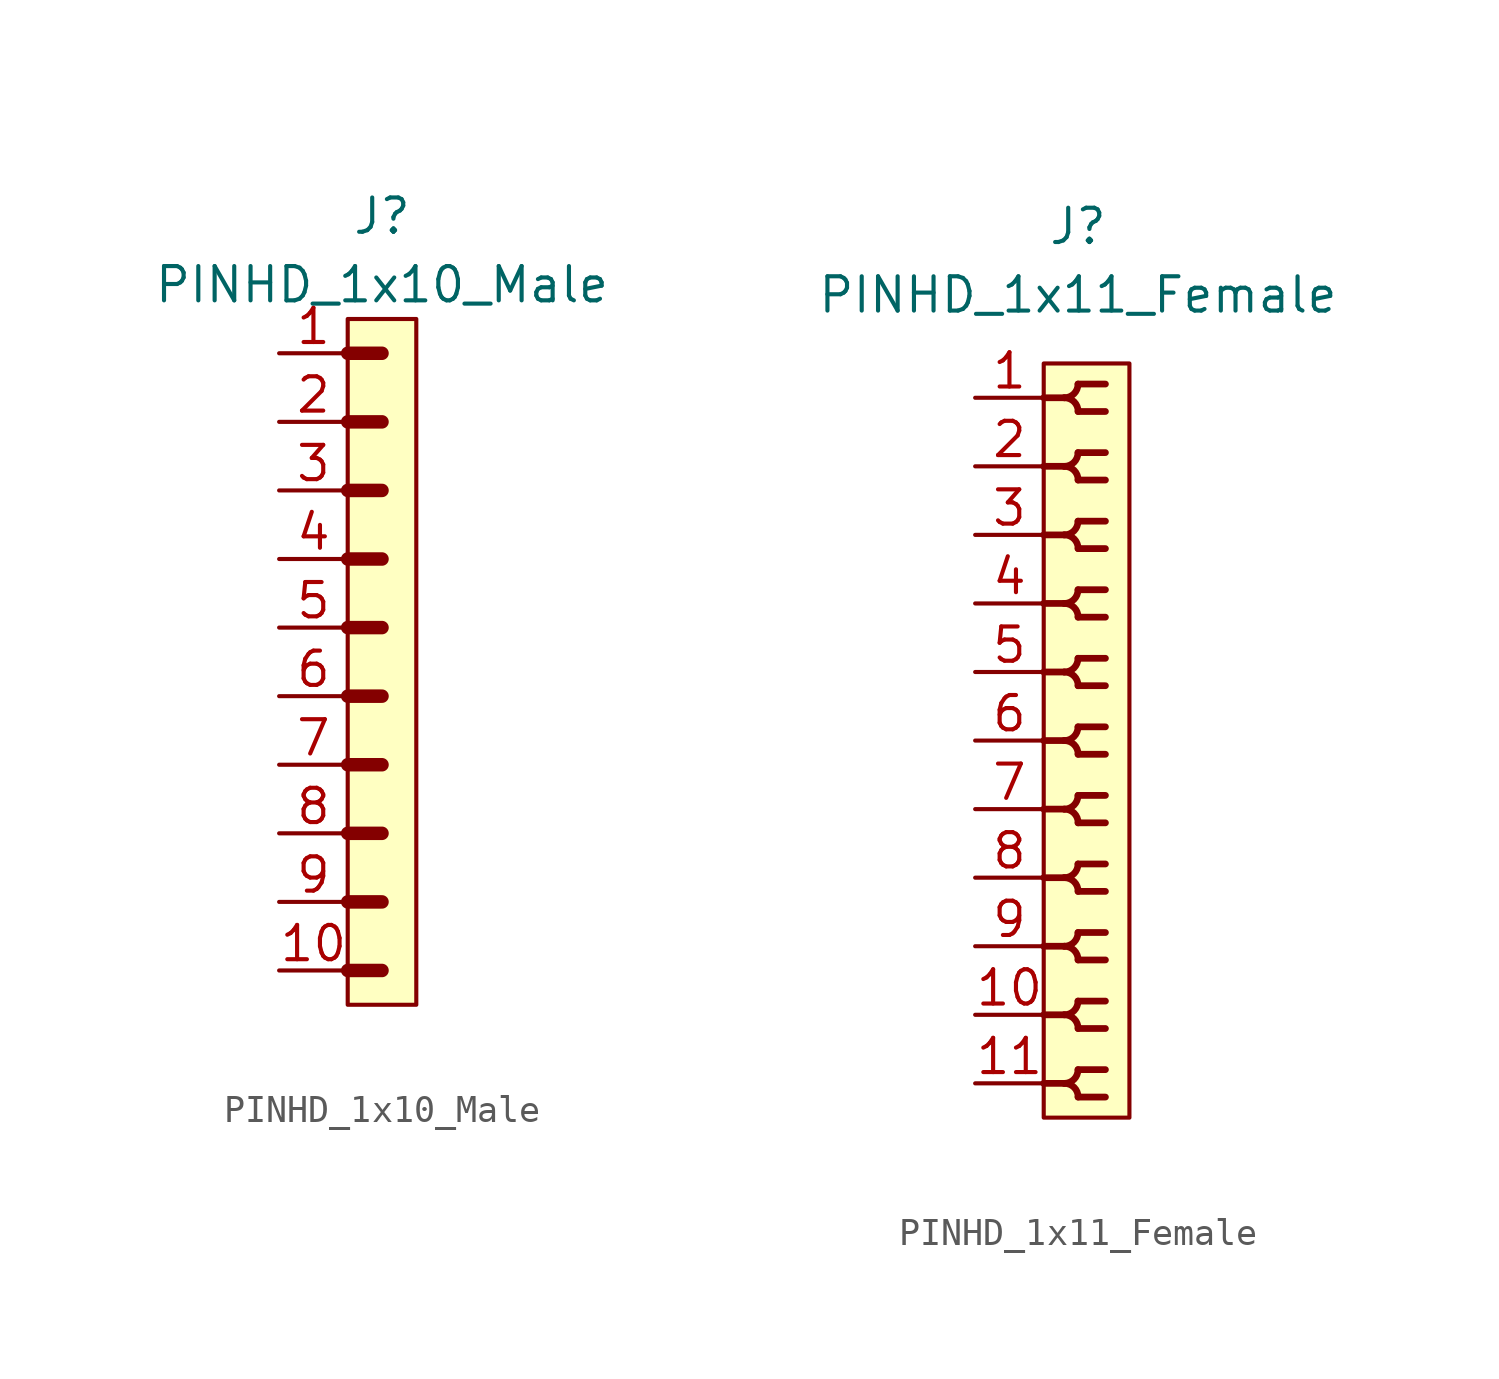
<source format=kicad_sym>
(kicad_symbol_lib
  (version 20211014)
  (generator kicad_symbol_editor)
  (symbol "PINHD_1x10_Male"
    (property "Reference" "J"
      (at 0 16.51 0)
      (effects (font (size 1.27 1.27))))
    (property "Value" "PINHD_1x10_Male"
      (at 0 13.97 0)
      (effects (font (size 1.27 1.27))))
    (symbol "PINHD_1x10_Male_0_1"
      (rectangle (start -1.27 12.7) (end 1.27 -12.7) (stroke (width 0) (type default) (color 0 0 0 0)) (fill (type background)))
      (polyline (pts (xy -1.27 -11.43) (xy 0 -11.43)) (stroke (width 0.3) (type default) (color 0 0 0 0)) (fill (type none)))
      (polyline (pts (xy -1.27 -11.43) (xy 0 -11.43)) (stroke (width 0.5) (type default) (color 0 0 0 0)) (fill (type none)))
      (polyline (pts (xy -1.27 -8.89) (xy 0 -8.89)) (stroke (width 0.3) (type default) (color 0 0 0 0)) (fill (type none)))
      (polyline (pts (xy -1.27 -8.89) (xy 0 -8.89)) (stroke (width 0.5) (type default) (color 0 0 0 0)) (fill (type none)))
      (polyline (pts (xy -1.27 -6.35) (xy 0 -6.35)) (stroke (width 0.3) (type default) (color 0 0 0 0)) (fill (type none)))
      (polyline (pts (xy -1.27 -6.35) (xy 0 -6.35)) (stroke (width 0.5) (type default) (color 0 0 0 0)) (fill (type none)))
      (polyline (pts (xy -1.27 -3.81) (xy 0 -3.81)) (stroke (width 0.3) (type default) (color 0 0 0 0)) (fill (type none)))
      (polyline (pts (xy -1.27 -3.81) (xy 0 -3.81)) (stroke (width 0.5) (type default) (color 0 0 0 0)) (fill (type none)))
      (polyline (pts (xy -1.27 -1.27) (xy 0 -1.27)) (stroke (width 0.3) (type default) (color 0 0 0 0)) (fill (type none)))
      (polyline (pts (xy -1.27 -1.27) (xy 0 -1.27)) (stroke (width 0.5) (type default) (color 0 0 0 0)) (fill (type none)))
      (polyline (pts (xy -1.27 1.27) (xy 0 1.27)) (stroke (width 0.3) (type default) (color 0 0 0 0)) (fill (type none)))
      (polyline (pts (xy -1.27 1.27) (xy 0 1.27)) (stroke (width 0.5) (type default) (color 0 0 0 0)) (fill (type none)))
      (polyline (pts (xy -1.27 3.81) (xy 0 3.81)) (stroke (width 0.3) (type default) (color 0 0 0 0)) (fill (type none)))
      (polyline (pts (xy -1.27 3.81) (xy 0 3.81)) (stroke (width 0.5) (type default) (color 0 0 0 0)) (fill (type none)))
      (polyline (pts (xy -1.27 6.35) (xy 0 6.35)) (stroke (width 0.3) (type default) (color 0 0 0 0)) (fill (type none)))
      (polyline (pts (xy -1.27 6.35) (xy 0 6.35)) (stroke (width 0.5) (type default) (color 0 0 0 0)) (fill (type none)))
      (polyline (pts (xy -1.27 8.89) (xy 0 8.89)) (stroke (width 0.3) (type default) (color 0 0 0 0)) (fill (type none)))
      (polyline (pts (xy -1.27 8.89) (xy 0 8.89)) (stroke (width 0.5) (type default) (color 0 0 0 0)) (fill (type none)))
      (polyline (pts (xy -1.27 11.43) (xy 0 11.43)) (stroke (width 0.5) (type default) (color 0 0 0 0)) (fill (type none))))
    (symbol "PINHD_1x10_Male_1_1"
      (pin passive line (at -3.81 11.43 0) (length 2.54) (name "" (effects (font (size 1.27 1.27)))) (number "1" (effects (font (size 1.27 1.27)))))
      (pin passive line (at -3.81 -11.43 0) (length 2.54) (name "" (effects (font (size 1.27 1.27)))) (number "10" (effects (font (size 1.27 1.27)))))
      (pin passive line (at -3.81 8.89 0) (length 2.54) (name "" (effects (font (size 1.27 1.27)))) (number "2" (effects (font (size 1.27 1.27)))))
      (pin passive line (at -3.81 6.35 0) (length 2.54) (name "" (effects (font (size 1.27 1.27)))) (number "3" (effects (font (size 1.27 1.27)))))
      (pin passive line (at -3.81 3.81 0) (length 2.54) (name "" (effects (font (size 1.27 1.27)))) (number "4" (effects (font (size 1.27 1.27)))))
      (pin passive line (at -3.81 1.27 0) (length 2.54) (name "" (effects (font (size 1.27 1.27)))) (number "5" (effects (font (size 1.27 1.27)))))
      (pin passive line (at -3.81 -1.27 0) (length 2.54) (name "" (effects (font (size 1.27 1.27)))) (number "6" (effects (font (size 1.27 1.27)))))
      (pin passive line (at -3.81 -3.81 0) (length 2.54) (name "" (effects (font (size 1.27 1.27)))) (number "7" (effects (font (size 1.27 1.27)))))
      (pin passive line (at -3.81 -6.35 0) (length 2.54) (name "" (effects (font (size 1.27 1.27)))) (number "8" (effects (font (size 1.27 1.27)))))
      (pin passive line (at -3.81 -8.89 0) (length 2.54) (name "" (effects (font (size 1.27 1.27)))) (number "9" (effects (font (size 1.27 1.27)))))))
  (symbol "PINHD_1x11_Female"
    (property "Reference" "J"
      (at 0 19.05 0)
      (effects (font (size 1.27 1.27))))
    (property "Value" "PINHD_1x11_Female"
      (at 0 16.51 0)
      (effects (font (size 1.27 1.27))))
    (symbol "PINHD_1x11_Female_0_1"
      (rectangle (start -1.27 13.97) (end 1.905 -13.97) (stroke (width 0) (type default) (color 0 0 0 0)) (fill (type background)))
      (arc (start -0.508 -12.7) (mid 0.3592 -13.0592) (end 0 -12.192) (stroke (width 0.25) (type default) (color 0 0 0 0)) (fill (type none)))
      (arc (start -0.508 -10.16) (mid 0.3592 -10.5192) (end 0 -9.652) (stroke (width 0.25) (type default) (color 0 0 0 0)) (fill (type none)))
      (arc (start -0.508 -7.62) (mid 0.3592 -7.9792) (end 0 -7.112) (stroke (width 0.25) (type default) (color 0 0 0 0)) (fill (type none)))
      (arc (start -0.508 -5.08) (mid 0.3592 -5.4392) (end 0 -4.572) (stroke (width 0.25) (type default) (color 0 0 0 0)) (fill (type none)))
      (arc (start -0.508 -2.54) (mid 0.3592 -2.8992) (end 0 -2.032) (stroke (width 0.25) (type default) (color 0 0 0 0)) (fill (type none)))
      (arc (start -0.508 0) (mid 0.3592 -0.3592) (end 0 0.508) (stroke (width 0.25) (type default) (color 0 0 0 0)) (fill (type none)))
      (arc (start -0.508 2.54) (mid 0.3592 2.1808) (end 0 3.048) (stroke (width 0.25) (type default) (color 0 0 0 0)) (fill (type none)))
      (arc (start -0.508 5.08) (mid 0.3592 4.7208) (end 0 5.588) (stroke (width 0.25) (type default) (color 0 0 0 0)) (fill (type none)))
      (arc (start -0.508 7.62) (mid 0.3592 7.2608) (end 0 8.128) (stroke (width 0.25) (type default) (color 0 0 0 0)) (fill (type none)))
      (arc (start -0.508 10.16) (mid 0.3592 9.8008) (end 0 10.668) (stroke (width 0.25) (type default) (color 0 0 0 0)) (fill (type none)))
      (arc (start -0.508 12.7) (mid 0.3592 12.3408) (end 0 13.208) (stroke (width 0.25) (type default) (color 0 0 0 0)) (fill (type none)))
      (arc (start 0 -13.208) (mid 0.3592 -12.3408) (end -0.508 -12.7) (stroke (width 0.25) (type default) (color 0 0 0 0)) (fill (type none)))
      (arc (start 0 -10.668) (mid 0.3592 -9.8008) (end -0.508 -10.16) (stroke (width 0.25) (type default) (color 0 0 0 0)) (fill (type none)))
      (arc (start 0 -8.128) (mid 0.3592 -7.2608) (end -0.508 -7.62) (stroke (width 0.25) (type default) (color 0 0 0 0)) (fill (type none)))
      (arc (start 0 -5.588) (mid 0.3592 -4.7208) (end -0.508 -5.08) (stroke (width 0.25) (type default) (color 0 0 0 0)) (fill (type none)))
      (arc (start 0 -3.048) (mid 0.3592 -2.1808) (end -0.508 -2.54) (stroke (width 0.25) (type default) (color 0 0 0 0)) (fill (type none)))
      (arc (start 0 -0.508) (mid 0.3592 0.3592) (end -0.508 0) (stroke (width 0.25) (type default) (color 0 0 0 0)) (fill (type none)))
      (polyline (pts (xy -1.27 -12.7) (xy -0.508 -12.7)) (stroke (width 0.25) (type default) (color 0 0 0 0)) (fill (type none)))
      (polyline (pts (xy -1.27 -10.16) (xy -0.508 -10.16)) (stroke (width 0.25) (type default) (color 0 0 0 0)) (fill (type none)))
      (polyline (pts (xy -1.27 -7.62) (xy -0.508 -7.62)) (stroke (width 0.25) (type default) (color 0 0 0 0)) (fill (type none)))
      (polyline (pts (xy -1.27 -5.08) (xy -0.508 -5.08)) (stroke (width 0.25) (type default) (color 0 0 0 0)) (fill (type none)))
      (polyline (pts (xy -1.27 -2.54) (xy -0.508 -2.54)) (stroke (width 0.25) (type default) (color 0 0 0 0)) (fill (type none)))
      (polyline (pts (xy -1.27 0) (xy -0.508 0)) (stroke (width 0.25) (type default) (color 0 0 0 0)) (fill (type none)))
      (polyline (pts (xy -1.27 2.54) (xy -0.508 2.54)) (stroke (width 0.25) (type default) (color 0 0 0 0)) (fill (type none)))
      (polyline (pts (xy -1.27 5.08) (xy -0.508 5.08)) (stroke (width 0.25) (type default) (color 0 0 0 0)) (fill (type none)))
      (polyline (pts (xy -1.27 7.62) (xy -0.508 7.62)) (stroke (width 0.25) (type default) (color 0 0 0 0)) (fill (type none)))
      (polyline (pts (xy -1.27 10.16) (xy -0.508 10.16)) (stroke (width 0.25) (type default) (color 0 0 0 0)) (fill (type none)))
      (polyline (pts (xy -1.27 12.7) (xy -0.508 12.7)) (stroke (width 0.25) (type default) (color 0 0 0 0)) (fill (type none)))
      (polyline (pts (xy 0 -13.208) (xy 1.016 -13.208)) (stroke (width 0.25) (type default) (color 0 0 0 0)) (fill (type none)))
      (polyline (pts (xy 0 -12.192) (xy 1.016 -12.192)) (stroke (width 0.25) (type default) (color 0 0 0 0)) (fill (type none)))
      (polyline (pts (xy 0 -10.668) (xy 1.016 -10.668)) (stroke (width 0.25) (type default) (color 0 0 0 0)) (fill (type none)))
      (polyline (pts (xy 0 -9.652) (xy 1.016 -9.652)) (stroke (width 0.25) (type default) (color 0 0 0 0)) (fill (type none)))
      (polyline (pts (xy 0 -8.128) (xy 1.016 -8.128)) (stroke (width 0.25) (type default) (color 0 0 0 0)) (fill (type none)))
      (polyline (pts (xy 0 -7.112) (xy 1.016 -7.112)) (stroke (width 0.25) (type default) (color 0 0 0 0)) (fill (type none)))
      (polyline (pts (xy 0 -5.588) (xy 1.016 -5.588)) (stroke (width 0.25) (type default) (color 0 0 0 0)) (fill (type none)))
      (polyline (pts (xy 0 -4.572) (xy 1.016 -4.572)) (stroke (width 0.25) (type default) (color 0 0 0 0)) (fill (type none)))
      (polyline (pts (xy 0 -3.048) (xy 1.016 -3.048)) (stroke (width 0.25) (type default) (color 0 0 0 0)) (fill (type none)))
      (polyline (pts (xy 0 -2.032) (xy 1.016 -2.032)) (stroke (width 0.25) (type default) (color 0 0 0 0)) (fill (type none)))
      (polyline (pts (xy 0 -0.508) (xy 1.016 -0.508)) (stroke (width 0.25) (type default) (color 0 0 0 0)) (fill (type none)))
      (polyline (pts (xy 0 0.508) (xy 1.016 0.508)) (stroke (width 0.25) (type default) (color 0 0 0 0)) (fill (type none)))
      (polyline (pts (xy 0 2.032) (xy 1.016 2.032)) (stroke (width 0.25) (type default) (color 0 0 0 0)) (fill (type none)))
      (polyline (pts (xy 0 3.048) (xy 1.016 3.048)) (stroke (width 0.25) (type default) (color 0 0 0 0)) (fill (type none)))
      (polyline (pts (xy 0 4.572) (xy 1.016 4.572)) (stroke (width 0.25) (type default) (color 0 0 0 0)) (fill (type none)))
      (polyline (pts (xy 0 5.588) (xy 1.016 5.588)) (stroke (width 0.25) (type default) (color 0 0 0 0)) (fill (type none)))
      (polyline (pts (xy 0 7.112) (xy 1.016 7.112)) (stroke (width 0.25) (type default) (color 0 0 0 0)) (fill (type none)))
      (polyline (pts (xy 0 8.128) (xy 1.016 8.128)) (stroke (width 0.25) (type default) (color 0 0 0 0)) (fill (type none)))
      (polyline (pts (xy 0 9.652) (xy 1.016 9.652)) (stroke (width 0.25) (type default) (color 0 0 0 0)) (fill (type none)))
      (polyline (pts (xy 0 10.668) (xy 1.016 10.668)) (stroke (width 0.25) (type default) (color 0 0 0 0)) (fill (type none)))
      (polyline (pts (xy 0 12.192) (xy 1.016 12.192)) (stroke (width 0.25) (type default) (color 0 0 0 0)) (fill (type none)))
      (polyline (pts (xy 0 13.208) (xy 1.016 13.208)) (stroke (width 0.25) (type default) (color 0 0 0 0)) (fill (type none)))
      (arc (start 0 2.032) (mid 0.3592 2.8992) (end -0.508 2.54) (stroke (width 0.25) (type default) (color 0 0 0 0)) (fill (type none)))
      (arc (start 0 4.572) (mid 0.3592 5.4392) (end -0.508 5.08) (stroke (width 0.25) (type default) (color 0 0 0 0)) (fill (type none)))
      (arc (start 0 7.112) (mid 0.3592 7.9792) (end -0.508 7.62) (stroke (width 0.25) (type default) (color 0 0 0 0)) (fill (type none)))
      (arc (start 0 9.652) (mid 0.3592 10.5192) (end -0.508 10.16) (stroke (width 0.25) (type default) (color 0 0 0 0)) (fill (type none)))
      (arc (start 0 12.192) (mid 0.3592 13.0592) (end -0.508 12.7) (stroke (width 0.25) (type default) (color 0 0 0 0)) (fill (type none))))
    (symbol "PINHD_1x11_Female_1_1"
      (pin passive line (at -3.81 12.7 0) (length 2.54) (name "" (effects (font (size 1.27 1.27)))) (number "1" (effects (font (size 1.27 1.27)))))
      (pin passive line (at -3.81 -10.16 0) (length 2.54) (name "" (effects (font (size 1.27 1.27)))) (number "10" (effects (font (size 1.27 1.27)))))
      (pin passive line (at -3.81 -12.7 0) (length 2.54) (name "" (effects (font (size 1.27 1.27)))) (number "11" (effects (font (size 1.27 1.27)))))
      (pin passive line (at -3.81 10.16 0) (length 2.54) (name "" (effects (font (size 1.27 1.27)))) (number "2" (effects (font (size 1.27 1.27)))))
      (pin passive line (at -3.81 7.62 0) (length 2.54) (name "" (effects (font (size 1.27 1.27)))) (number "3" (effects (font (size 1.27 1.27)))))
      (pin passive line (at -3.81 5.08 0) (length 2.54) (name "" (effects (font (size 1.27 1.27)))) (number "4" (effects (font (size 1.27 1.27)))))
      (pin passive line (at -3.81 2.54 0) (length 2.54) (name "" (effects (font (size 1.27 1.27)))) (number "5" (effects (font (size 1.27 1.27)))))
      (pin passive line (at -3.81 0 0) (length 2.54) (name "" (effects (font (size 1.27 1.27)))) (number "6" (effects (font (size 1.27 1.27)))))
      (pin passive line (at -3.81 -2.54 0) (length 2.54) (name "" (effects (font (size 1.27 1.27)))) (number "7" (effects (font (size 1.27 1.27)))))
      (pin passive line (at -3.81 -5.08 0) (length 2.54) (name "" (effects (font (size 1.27 1.27)))) (number "8" (effects (font (size 1.27 1.27)))))
      (pin passive line (at -3.81 -7.62 0) (length 2.54) (name "" (effects (font (size 1.27 1.27)))) (number "9" (effects (font (size 1.27 1.27))))))))
</source>
